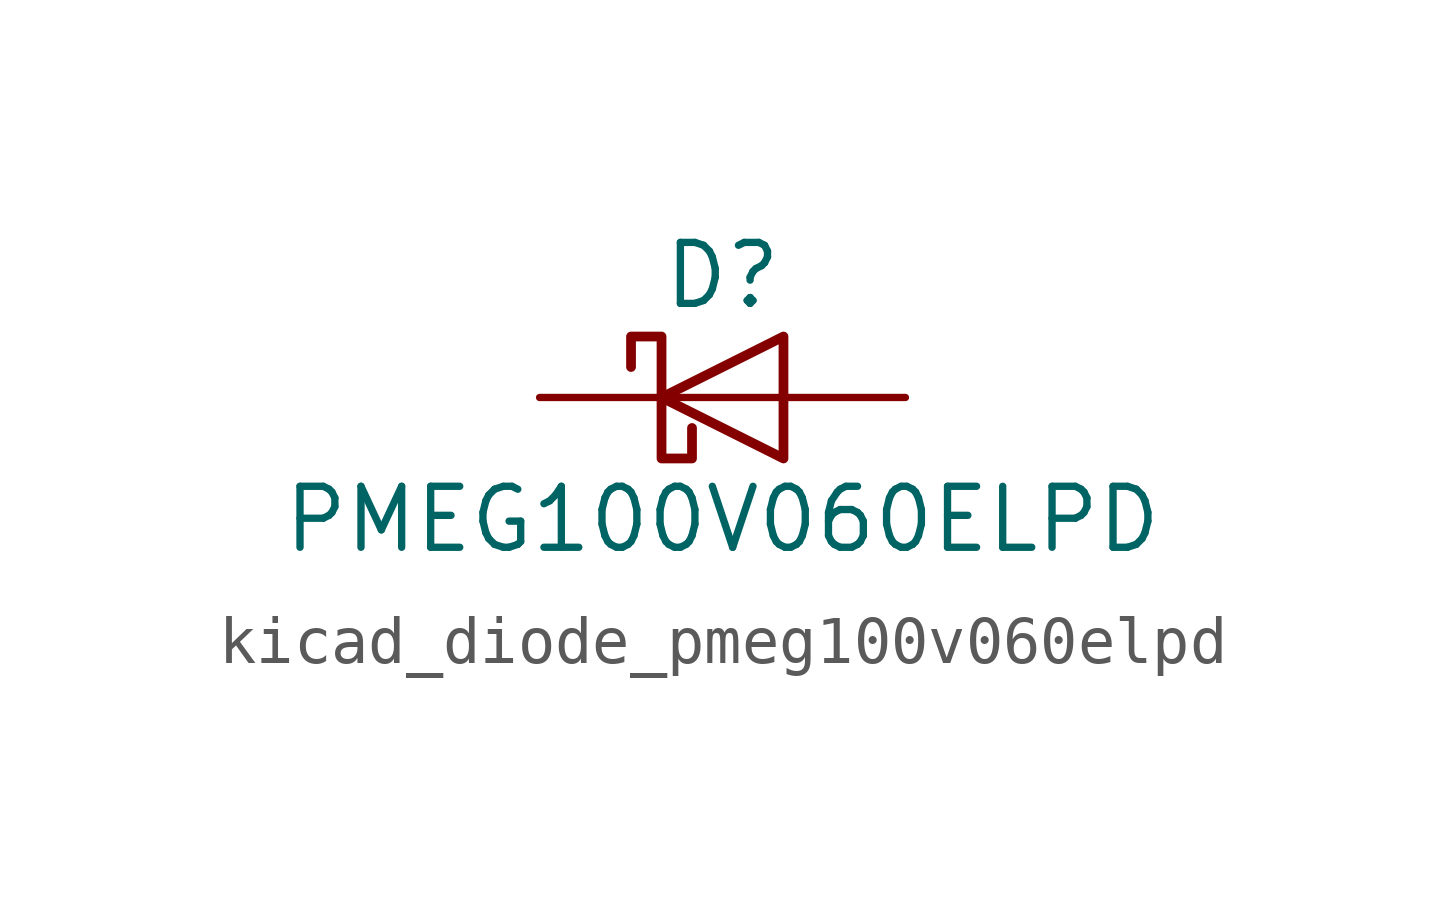
<source format=kicad_sym>
(kicad_symbol_lib
  (version 20220914)
  (generator kicad_symbol_editor)
  (symbol "kicad_diode_pmeg100v060elpd"
    (pin_numbers hide)
    (pin_names hide)
    (property "Reference" "D"
      (at 0 2.54 0)
      (effects (font (size 1.27 1.27))))
    (property "Value" "PMEG100V060ELPD"
      (at 0 -2.54 0)
      (effects (font (size 1.27 1.27))))
    (symbol "kicad_diode_pmeg100v060elpd_0_1"
      (polyline (pts (xy 1.27 0) (xy -1.27 0)) (stroke (width 0) (type default)) (fill (type none)))
      (polyline (pts (xy 1.27 1.27) (xy 1.27 -1.27) (xy -1.27 0) (xy 1.27 1.27)) (stroke (width 0.203) (type default)) (fill (type none)))
      (polyline (pts (xy -1.905 0.635) (xy -1.905 1.27) (xy -1.27 1.27) (xy -1.27 -1.27) (xy -0.635 -1.27) (xy -0.635 -0.635)) (stroke (width 0.203) (type default)) (fill (type none))))
    (symbol "kicad_diode_pmeg100v060elpd_1_1"
      (pin passive line (at 3.81 0 180) (length 2.54) (name "A" (effects (font (size 1.27 1.27)))) (number "1" (effects (font (size 1.27 1.27)))))
      (pin passive line (at 3.81 0 180) (length 2.54) hide (name "A" (effects (font (size 1.27 1.27)))) (number "2" (effects (font (size 1.27 1.27)))))
      (pin passive line (at -3.81 0 0) (length 2.54) (name "K" (effects (font (size 1.27 1.27)))) (number "3" (effects (font (size 1.27 1.27))))))))
</source>
